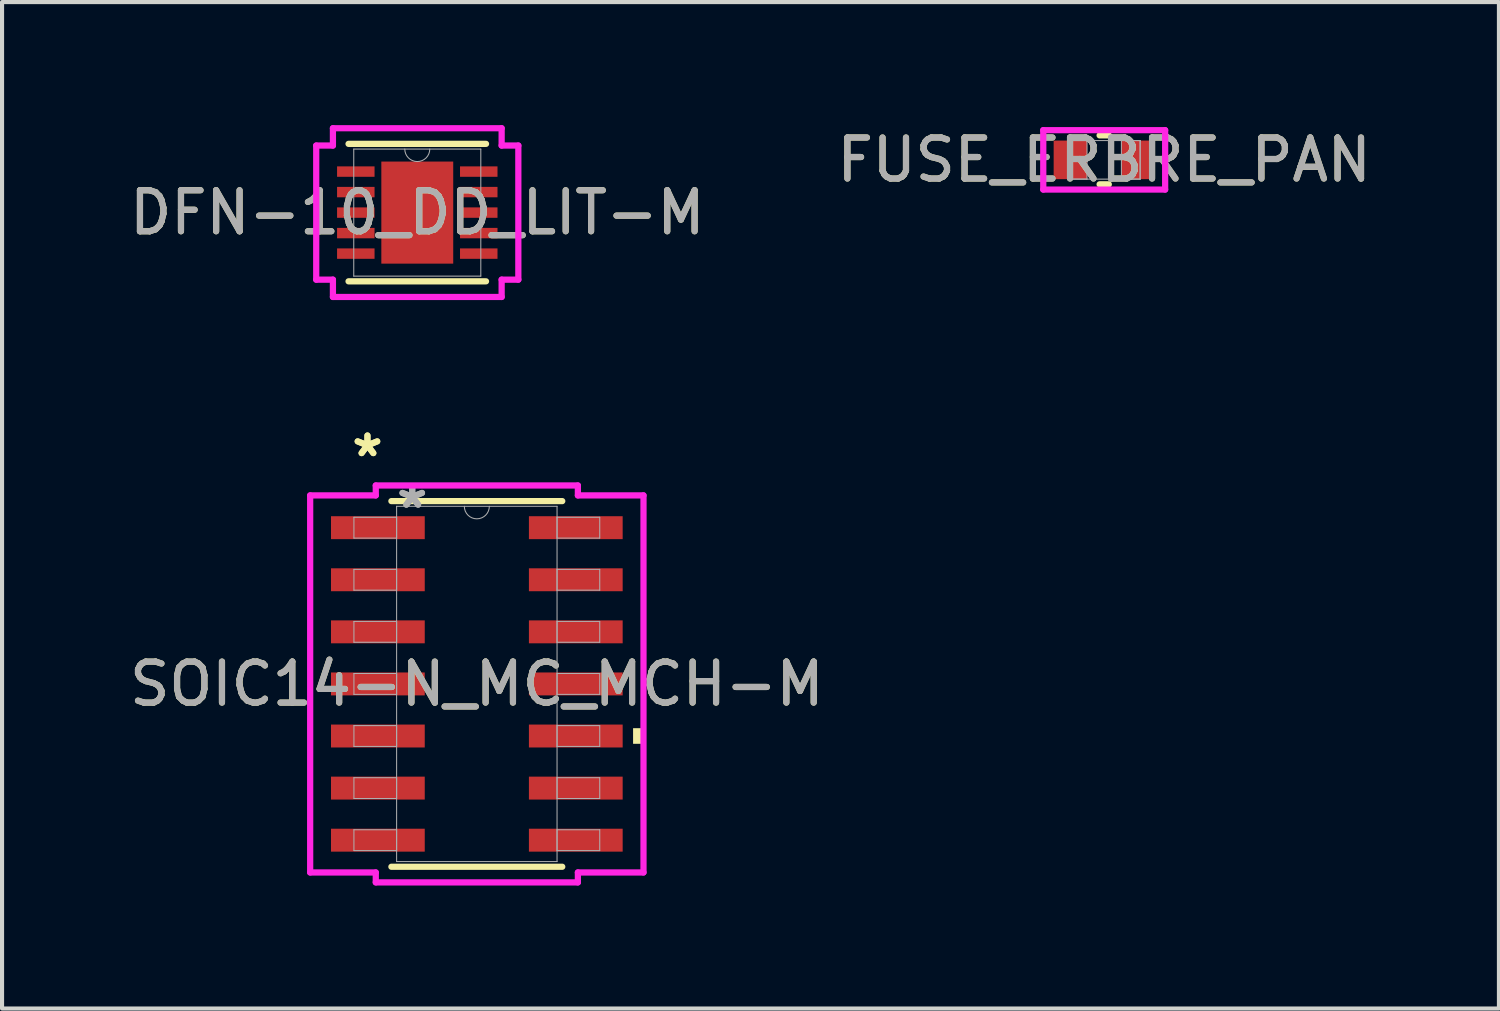
<source format=kicad_pcb>
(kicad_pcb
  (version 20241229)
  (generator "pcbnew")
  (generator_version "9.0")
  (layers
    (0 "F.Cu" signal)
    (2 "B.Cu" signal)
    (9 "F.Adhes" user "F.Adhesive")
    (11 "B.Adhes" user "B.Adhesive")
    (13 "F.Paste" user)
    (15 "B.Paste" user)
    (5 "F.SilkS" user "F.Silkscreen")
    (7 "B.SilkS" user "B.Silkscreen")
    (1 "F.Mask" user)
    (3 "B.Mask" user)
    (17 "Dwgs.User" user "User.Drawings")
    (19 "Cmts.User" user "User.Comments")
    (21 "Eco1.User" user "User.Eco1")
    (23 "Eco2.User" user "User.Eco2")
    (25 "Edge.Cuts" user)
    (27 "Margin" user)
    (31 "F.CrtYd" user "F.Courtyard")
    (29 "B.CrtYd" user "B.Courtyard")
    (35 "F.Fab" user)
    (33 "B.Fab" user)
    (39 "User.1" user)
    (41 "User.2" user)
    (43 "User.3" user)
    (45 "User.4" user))
  (footprint "FUSE_ERBRE_PAN"
    (layer "F.Cu")
    (at 23.875 0.848)
    (property "Reference" "FUSE_ERBRE_PAN" (at 0 0 0) (unlocked yes) (layer "F.SilkS") (effects (font (size 1 1) (thickness 0.15))))
    (attr smd)
    (fp_line (start -0.112 0.597) (end 0.112 0.597) (stroke (width 0.152) (type solid)) (layer "F.SilkS"))
    (fp_line (start 0.112 -0.597) (end -0.112 -0.597) (stroke (width 0.152) (type solid)) (layer "F.SilkS"))
    (fp_line (start -1.486 -0.724) (end 1.486 -0.724) (stroke (width 0.152) (type solid)) (layer "F.CrtYd"))
    (fp_line (start -1.486 0.724) (end -1.486 -0.724) (stroke (width 0.152) (type solid)) (layer "F.CrtYd"))
    (fp_line (start 1.486 -0.724) (end 1.486 0.724) (stroke (width 0.152) (type solid)) (layer "F.CrtYd"))
    (fp_line (start 1.486 0.724) (end -1.486 0.724) (stroke (width 0.152) (type solid)) (layer "F.CrtYd"))
    (fp_line (start -0.876 -0.47) (end -0.876 0.47) (stroke (width 0.025) (type solid)) (layer "F.Fab"))
    (fp_line (start -0.876 -0.47) (end -0.876 0.47) (stroke (width 0.025) (type solid)) (layer "F.Fab"))
    (fp_line (start -0.876 0.47) (end -0.419 0.47) (stroke (width 0.025) (type solid)) (layer "F.Fab"))
    (fp_line (start -0.876 0.47) (end 0.876 0.47) (stroke (width 0.025) (type solid)) (layer "F.Fab"))
    (fp_line (start -0.419 -0.47) (end -0.876 -0.47) (stroke (width 0.025) (type solid)) (layer "F.Fab"))
    (fp_line (start -0.419 0.47) (end -0.419 -0.47) (stroke (width 0.025) (type solid)) (layer "F.Fab"))
    (fp_line (start 0.419 -0.47) (end 0.419 0.47) (stroke (width 0.025) (type solid)) (layer "F.Fab"))
    (fp_line (start 0.419 0.47) (end 0.876 0.47) (stroke (width 0.025) (type solid)) (layer "F.Fab"))
    (fp_line (start 0.876 -0.47) (end -0.876 -0.47) (stroke (width 0.025) (type solid)) (layer "F.Fab"))
    (fp_line (start 0.876 -0.47) (end 0.419 -0.47) (stroke (width 0.025) (type solid)) (layer "F.Fab"))
    (fp_line (start 0.876 0.47) (end 0.876 -0.47) (stroke (width 0.025) (type solid)) (layer "F.Fab"))
    (fp_line (start 0.876 0.47) (end 0.876 -0.47) (stroke (width 0.025) (type solid)) (layer "F.Fab"))
    (fp_circle (center -0.622 0) (end -0.622 0) (stroke (width 0.025) (type solid)) (fill no) (layer "F.Fab"))
    (fp_text user "${REFERENCE}" (at 0 0 0) (unlocked yes) (layer "F.Fab") (effects (font (size 1 1) (thickness 0.15))))
    (pad "1" smd rect (at -0.826 0) (size 0.813 0.94) (layers "F.Cu" "F.Mask" "F.Paste"))
    (pad "2" smd rect (at 0.826 0) (size 0.813 0.94) (layers "F.Cu" "F.Mask" "F.Paste"))
    (zone (net_name "") (layer "F.Cu") (hatch full 0.508) (connect_pads) (min_thickness 0.254) (filled_areas_thickness no) (keepout (tracks not_allowed) (vias not_allowed) (pads allowed) (copperpour not_allowed) (footprints allowed)) (placement (enabled no)) (fill) (polygon (pts (xy 23.507 0.429) (xy 24.243 0.429) (xy 24.243 1.267) (xy 23.507 1.267)))))
  (footprint "DFN-10_DD_LIT-M"
    (layer "F.Cu")
    (at 7.125 2.134)
    (property "Reference" "DFN-10_DD_LIT-M" (at 0 0 0) (unlocked yes) (layer "F.SilkS") (effects (font (size 1 1) (thickness 0.15))))
    (attr smd)
    (fp_line (start -1.676 1.676) (end 1.676 1.676) (stroke (width 0.152) (type solid)) (layer "F.SilkS"))
    (fp_line (start 1.676 -1.676) (end -1.676 -1.676) (stroke (width 0.152) (type solid)) (layer "F.SilkS"))
    (fp_line (start -2.464 -1.635) (end -2.057 -1.635) (stroke (width 0.152) (type solid)) (layer "F.CrtYd"))
    (fp_line (start -2.464 1.635) (end -2.464 -1.635) (stroke (width 0.152) (type solid)) (layer "F.CrtYd"))
    (fp_line (start -2.464 1.635) (end -2.057 1.635) (stroke (width 0.152) (type solid)) (layer "F.CrtYd"))
    (fp_line (start -2.057 -2.057) (end 2.057 -2.057) (stroke (width 0.152) (type solid)) (layer "F.CrtYd"))
    (fp_line (start -2.057 -1.635) (end -2.057 -2.057) (stroke (width 0.152) (type solid)) (layer "F.CrtYd"))
    (fp_line (start -2.057 2.057) (end -2.057 1.635) (stroke (width 0.152) (type solid)) (layer "F.CrtYd"))
    (fp_line (start 2.057 -2.057) (end 2.057 -1.635) (stroke (width 0.152) (type solid)) (layer "F.CrtYd"))
    (fp_line (start 2.057 1.635) (end 2.057 2.057) (stroke (width 0.152) (type solid)) (layer "F.CrtYd"))
    (fp_line (start 2.057 2.057) (end -2.057 2.057) (stroke (width 0.152) (type solid)) (layer "F.CrtYd"))
    (fp_line (start 2.464 -1.635) (end 2.057 -1.635) (stroke (width 0.152) (type solid)) (layer "F.CrtYd"))
    (fp_line (start 2.464 -1.635) (end 2.464 1.635) (stroke (width 0.152) (type solid)) (layer "F.CrtYd"))
    (fp_line (start 2.464 1.635) (end 2.057 1.635) (stroke (width 0.152) (type solid)) (layer "F.CrtYd"))
    (fp_line (start -1.549 -1.549) (end -1.549 1.549) (stroke (width 0.025) (type solid)) (layer "F.Fab"))
    (fp_line (start -1.549 1.549) (end 1.549 1.549) (stroke (width 0.025) (type solid)) (layer "F.Fab"))
    (fp_line (start 1.549 -1.549) (end -1.549 -1.549) (stroke (width 0.025) (type solid)) (layer "F.Fab"))
    (fp_line (start 1.549 1.549) (end 1.549 -1.549) (stroke (width 0.025) (type solid)) (layer "F.Fab"))
    (fp_arc (start 0.3048 -1.5494) (mid 0 -1.2446) (end -0.3048 -1.5494) (stroke (width 0.0254) (type solid)) (layer "F.Fab"))
    (fp_text user "${REFERENCE}" (at 0 0 0) (unlocked yes) (layer "F.Fab") (effects (font (size 1 1) (thickness 0.15))))
    (pad "1" smd rect (at -1.499 -1) (size 0.914 0.254) (layers "F.Cu" "F.Mask" "F.Paste"))
    (pad "2" smd rect (at -1.499 -0.5) (size 0.914 0.254) (layers "F.Cu" "F.Mask" "F.Paste"))
    (pad "3" smd rect (at -1.499 0) (size 0.914 0.254) (layers "F.Cu" "F.Mask" "F.Paste"))
    (pad "4" smd rect (at -1.499 0.5) (size 0.914 0.254) (layers "F.Cu" "F.Mask" "F.Paste"))
    (pad "5" smd rect (at -1.499 1) (size 0.914 0.254) (layers "F.Cu" "F.Mask" "F.Paste"))
    (pad "6" smd rect (at 1.499 1) (size 0.914 0.254) (layers "F.Cu" "F.Mask" "F.Paste"))
    (pad "7" smd rect (at 1.499 0.5) (size 0.914 0.254) (layers "F.Cu" "F.Mask" "F.Paste"))
    (pad "8" smd rect (at 1.499 0) (size 0.914 0.254) (layers "F.Cu" "F.Mask" "F.Paste"))
    (pad "9" smd rect (at 1.499 -0.5) (size 0.914 0.254) (layers "F.Cu" "F.Mask" "F.Paste"))
    (pad "10" smd rect (at 1.499 -1) (size 0.914 0.254) (layers "F.Cu" "F.Mask" "F.Paste"))
    (pad "11" smd rect (at 0 0) (size 1.753 2.489) (layers "F.Cu" "F.Mask" "F.Paste")))
  (footprint "SOIC14-N_MC_MCH-M"
    (layer "F.Cu")
    (at 8.577 13.627)
    (property "Reference" "SOIC14-N_MC_MCH-M" (at 0 0 0) (unlocked yes) (layer "F.SilkS") (effects (font (size 1 1) (thickness 0.15))))
    (attr smd)
    (fp_line (start -2.083 4.458) (end 2.083 4.458) (stroke (width 0.152) (type solid)) (layer "F.SilkS"))
    (fp_line (start 2.083 -4.458) (end -2.083 -4.458) (stroke (width 0.152) (type solid)) (layer "F.SilkS"))
    (fp_poly (pts (xy 4.064 1.079) (xy 4.064 1.46) (xy 3.81 1.46) (xy 3.81 1.079)) (stroke (width 0) (type solid)) (fill yes) (layer "F.SilkS"))
    (fp_line (start -4.064 -4.597) (end -2.464 -4.597) (stroke (width 0.152) (type solid)) (layer "F.CrtYd"))
    (fp_line (start -4.064 4.597) (end -4.064 -4.597) (stroke (width 0.152) (type solid)) (layer "F.CrtYd"))
    (fp_line (start -4.064 4.597) (end -2.464 4.597) (stroke (width 0.152) (type solid)) (layer "F.CrtYd"))
    (fp_line (start -2.464 -4.839) (end 2.464 -4.839) (stroke (width 0.152) (type solid)) (layer "F.CrtYd"))
    (fp_line (start -2.464 -4.597) (end -2.464 -4.839) (stroke (width 0.152) (type solid)) (layer "F.CrtYd"))
    (fp_line (start -2.464 4.839) (end -2.464 4.597) (stroke (width 0.152) (type solid)) (layer "F.CrtYd"))
    (fp_line (start 2.464 -4.839) (end 2.464 -4.597) (stroke (width 0.152) (type solid)) (layer "F.CrtYd"))
    (fp_line (start 2.464 4.597) (end 2.464 4.839) (stroke (width 0.152) (type solid)) (layer "F.CrtYd"))
    (fp_line (start 2.464 4.839) (end -2.464 4.839) (stroke (width 0.152) (type solid)) (layer "F.CrtYd"))
    (fp_line (start 4.064 -4.597) (end 2.464 -4.597) (stroke (width 0.152) (type solid)) (layer "F.CrtYd"))
    (fp_line (start 4.064 -4.597) (end 4.064 4.597) (stroke (width 0.152) (type solid)) (layer "F.CrtYd"))
    (fp_line (start 4.064 4.597) (end 2.464 4.597) (stroke (width 0.152) (type solid)) (layer "F.CrtYd"))
    (fp_line (start -2.997 -4.064) (end -2.997 -3.556) (stroke (width 0.025) (type solid)) (layer "F.Fab"))
    (fp_line (start -2.997 -3.556) (end -1.956 -3.556) (stroke (width 0.025) (type solid)) (layer "F.Fab"))
    (fp_line (start -2.997 -2.794) (end -2.997 -2.286) (stroke (width 0.025) (type solid)) (layer "F.Fab"))
    (fp_line (start -2.997 -2.286) (end -1.956 -2.286) (stroke (width 0.025) (type solid)) (layer "F.Fab"))
    (fp_line (start -2.997 -1.524) (end -2.997 -1.016) (stroke (width 0.025) (type solid)) (layer "F.Fab"))
    (fp_line (start -2.997 -1.016) (end -1.956 -1.016) (stroke (width 0.025) (type solid)) (layer "F.Fab"))
    (fp_line (start -2.997 -0.254) (end -2.997 0.254) (stroke (width 0.025) (type solid)) (layer "F.Fab"))
    (fp_line (start -2.997 0.254) (end -1.956 0.254) (stroke (width 0.025) (type solid)) (layer "F.Fab"))
    (fp_line (start -2.997 1.016) (end -2.997 1.524) (stroke (width 0.025) (type solid)) (layer "F.Fab"))
    (fp_line (start -2.997 1.524) (end -1.956 1.524) (stroke (width 0.025) (type solid)) (layer "F.Fab"))
    (fp_line (start -2.997 2.286) (end -2.997 2.794) (stroke (width 0.025) (type solid)) (layer "F.Fab"))
    (fp_line (start -2.997 2.794) (end -1.956 2.794) (stroke (width 0.025) (type solid)) (layer "F.Fab"))
    (fp_line (start -2.997 3.556) (end -2.997 4.064) (stroke (width 0.025) (type solid)) (layer "F.Fab"))
    (fp_line (start -2.997 4.064) (end -1.956 4.064) (stroke (width 0.025) (type solid)) (layer "F.Fab"))
    (fp_line (start -1.956 -4.331) (end -1.956 4.331) (stroke (width 0.025) (type solid)) (layer "F.Fab"))
    (fp_line (start -1.956 -4.064) (end -2.997 -4.064) (stroke (width 0.025) (type solid)) (layer "F.Fab"))
    (fp_line (start -1.956 -3.556) (end -1.956 -4.064) (stroke (width 0.025) (type solid)) (layer "F.Fab"))
    (fp_line (start -1.956 -2.794) (end -2.997 -2.794) (stroke (width 0.025) (type solid)) (layer "F.Fab"))
    (fp_line (start -1.956 -2.286) (end -1.956 -2.794) (stroke (width 0.025) (type solid)) (layer "F.Fab"))
    (fp_line (start -1.956 -1.524) (end -2.997 -1.524) (stroke (width 0.025) (type solid)) (layer "F.Fab"))
    (fp_line (start -1.956 -1.016) (end -1.956 -1.524) (stroke (width 0.025) (type solid)) (layer "F.Fab"))
    (fp_line (start -1.956 -0.254) (end -2.997 -0.254) (stroke (width 0.025) (type solid)) (layer "F.Fab"))
    (fp_line (start -1.956 0.254) (end -1.956 -0.254) (stroke (width 0.025) (type solid)) (layer "F.Fab"))
    (fp_line (start -1.956 1.016) (end -2.997 1.016) (stroke (width 0.025) (type solid)) (layer "F.Fab"))
    (fp_line (start -1.956 1.524) (end -1.956 1.016) (stroke (width 0.025) (type solid)) (layer "F.Fab"))
    (fp_line (start -1.956 2.286) (end -2.997 2.286) (stroke (width 0.025) (type solid)) (layer "F.Fab"))
    (fp_line (start -1.956 2.794) (end -1.956 2.286) (stroke (width 0.025) (type solid)) (layer "F.Fab"))
    (fp_line (start -1.956 3.556) (end -2.997 3.556) (stroke (width 0.025) (type solid)) (layer "F.Fab"))
    (fp_line (start -1.956 4.064) (end -1.956 3.556) (stroke (width 0.025) (type solid)) (layer "F.Fab"))
    (fp_line (start -1.956 4.331) (end 1.956 4.331) (stroke (width 0.025) (type solid)) (layer "F.Fab"))
    (fp_line (start 1.956 -4.331) (end -1.956 -4.331) (stroke (width 0.025) (type solid)) (layer "F.Fab"))
    (fp_line (start 1.956 -4.064) (end 1.956 -3.556) (stroke (width 0.025) (type solid)) (layer "F.Fab"))
    (fp_line (start 1.956 -3.556) (end 2.997 -3.556) (stroke (width 0.025) (type solid)) (layer "F.Fab"))
    (fp_line (start 1.956 -2.794) (end 1.956 -2.286) (stroke (width 0.025) (type solid)) (layer "F.Fab"))
    (fp_line (start 1.956 -2.286) (end 2.997 -2.286) (stroke (width 0.025) (type solid)) (layer "F.Fab"))
    (fp_line (start 1.956 -1.524) (end 1.956 -1.016) (stroke (width 0.025) (type solid)) (layer "F.Fab"))
    (fp_line (start 1.956 -1.016) (end 2.997 -1.016) (stroke (width 0.025) (type solid)) (layer "F.Fab"))
    (fp_line (start 1.956 -0.254) (end 1.956 0.254) (stroke (width 0.025) (type solid)) (layer "F.Fab"))
    (fp_line (start 1.956 0.254) (end 2.997 0.254) (stroke (width 0.025) (type solid)) (layer "F.Fab"))
    (fp_line (start 1.956 1.016) (end 1.956 1.524) (stroke (width 0.025) (type solid)) (layer "F.Fab"))
    (fp_line (start 1.956 1.524) (end 2.997 1.524) (stroke (width 0.025) (type solid)) (layer "F.Fab"))
    (fp_line (start 1.956 2.286) (end 1.956 2.794) (stroke (width 0.025) (type solid)) (layer "F.Fab"))
    (fp_line (start 1.956 2.794) (end 2.997 2.794) (stroke (width 0.025) (type solid)) (layer "F.Fab"))
    (fp_line (start 1.956 3.556) (end 1.956 4.064) (stroke (width 0.025) (type solid)) (layer "F.Fab"))
    (fp_line (start 1.956 4.064) (end 2.997 4.064) (stroke (width 0.025) (type solid)) (layer "F.Fab"))
    (fp_line (start 1.956 4.331) (end 1.956 -4.331) (stroke (width 0.025) (type solid)) (layer "F.Fab"))
    (fp_line (start 2.997 -4.064) (end 1.956 -4.064) (stroke (width 0.025) (type solid)) (layer "F.Fab"))
    (fp_line (start 2.997 -3.556) (end 2.997 -4.064) (stroke (width 0.025) (type solid)) (layer "F.Fab"))
    (fp_line (start 2.997 -2.794) (end 1.956 -2.794) (stroke (width 0.025) (type solid)) (layer "F.Fab"))
    (fp_line (start 2.997 -2.286) (end 2.997 -2.794) (stroke (width 0.025) (type solid)) (layer "F.Fab"))
    (fp_line (start 2.997 -1.524) (end 1.956 -1.524) (stroke (width 0.025) (type solid)) (layer "F.Fab"))
    (fp_line (start 2.997 -1.016) (end 2.997 -1.524) (stroke (width 0.025) (type solid)) (layer "F.Fab"))
    (fp_line (start 2.997 -0.254) (end 1.956 -0.254) (stroke (width 0.025) (type solid)) (layer "F.Fab"))
    (fp_line (start 2.997 0.254) (end 2.997 -0.254) (stroke (width 0.025) (type solid)) (layer "F.Fab"))
    (fp_line (start 2.997 1.016) (end 1.956 1.016) (stroke (width 0.025) (type solid)) (layer "F.Fab"))
    (fp_line (start 2.997 1.524) (end 2.997 1.016) (stroke (width 0.025) (type solid)) (layer "F.Fab"))
    (fp_line (start 2.997 2.286) (end 1.956 2.286) (stroke (width 0.025) (type solid)) (layer "F.Fab"))
    (fp_line (start 2.997 2.794) (end 2.997 2.286) (stroke (width 0.025) (type solid)) (layer "F.Fab"))
    (fp_line (start 2.997 3.556) (end 1.956 3.556) (stroke (width 0.025) (type solid)) (layer "F.Fab"))
    (fp_line (start 2.997 4.064) (end 2.997 3.556) (stroke (width 0.025) (type solid)) (layer "F.Fab"))
    (fp_arc (start 0.3048 -4.3307) (mid 0 -4.0259) (end -0.3048 -4.3307) (stroke (width 0.0254) (type solid)) (layer "F.Fab"))
    (fp_text user "*" (at -2.667 -5.512 0) (unlocked yes) (layer "F.SilkS") (effects (font (size 1 1) (thickness 0.15))))
    (fp_text user "*" (at -2.667 -5.512 0) (layer "F.SilkS") (effects (font (size 1 1) (thickness 0.15))))
    (fp_text user "${REFERENCE}" (at 0 0 0) (unlocked yes) (layer "F.Fab") (effects (font (size 1 1) (thickness 0.15))))
    (fp_text user "*" (at -1.575 -4.255 0) (layer "F.Fab") (effects (font (size 1 1) (thickness 0.15))))
    (fp_text user "*" (at -1.575 -4.255 0) (unlocked yes) (layer "F.Fab") (effects (font (size 1 1) (thickness 0.15))))
    (pad "1" smd rect (at -2.413 -3.81) (size 2.286 0.559) (layers "F.Cu" "F.Mask" "F.Paste"))
    (pad "2" smd rect (at -2.413 -2.54) (size 2.286 0.559) (layers "F.Cu" "F.Mask" "F.Paste"))
    (pad "3" smd rect (at -2.413 -1.27) (size 2.286 0.559) (layers "F.Cu" "F.Mask" "F.Paste"))
    (pad "4" smd rect (at -2.413 0) (size 2.286 0.559) (layers "F.Cu" "F.Mask" "F.Paste"))
    (pad "5" smd rect (at -2.413 1.27) (size 2.286 0.559) (layers "F.Cu" "F.Mask" "F.Paste"))
    (pad "6" smd rect (at -2.413 2.54) (size 2.286 0.559) (layers "F.Cu" "F.Mask" "F.Paste"))
    (pad "7" smd rect (at -2.413 3.81) (size 2.286 0.559) (layers "F.Cu" "F.Mask" "F.Paste"))
    (pad "8" smd rect (at 2.413 3.81) (size 2.286 0.559) (layers "F.Cu" "F.Mask" "F.Paste"))
    (pad "9" smd rect (at 2.413 2.54) (size 2.286 0.559) (layers "F.Cu" "F.Mask" "F.Paste"))
    (pad "10" smd rect (at 2.413 1.27) (size 2.286 0.559) (layers "F.Cu" "F.Mask" "F.Paste"))
    (pad "11" smd rect (at 2.413 0) (size 2.286 0.559) (layers "F.Cu" "F.Mask" "F.Paste"))
    (pad "12" smd rect (at 2.413 -1.27) (size 2.286 0.559) (layers "F.Cu" "F.Mask" "F.Paste"))
    (pad "13" smd rect (at 2.413 -2.54) (size 2.286 0.559) (layers "F.Cu" "F.Mask" "F.Paste"))
    (pad "14" smd rect (at 2.413 -3.81) (size 2.286 0.559) (layers "F.Cu" "F.Mask" "F.Paste")))
  (gr_rect
    (start -3 -3)
    (end 33.5 21.542)
    (stroke (width 0.1) (type default))
    (fill no)
    (layer "Edge.Cuts")))
</source>
